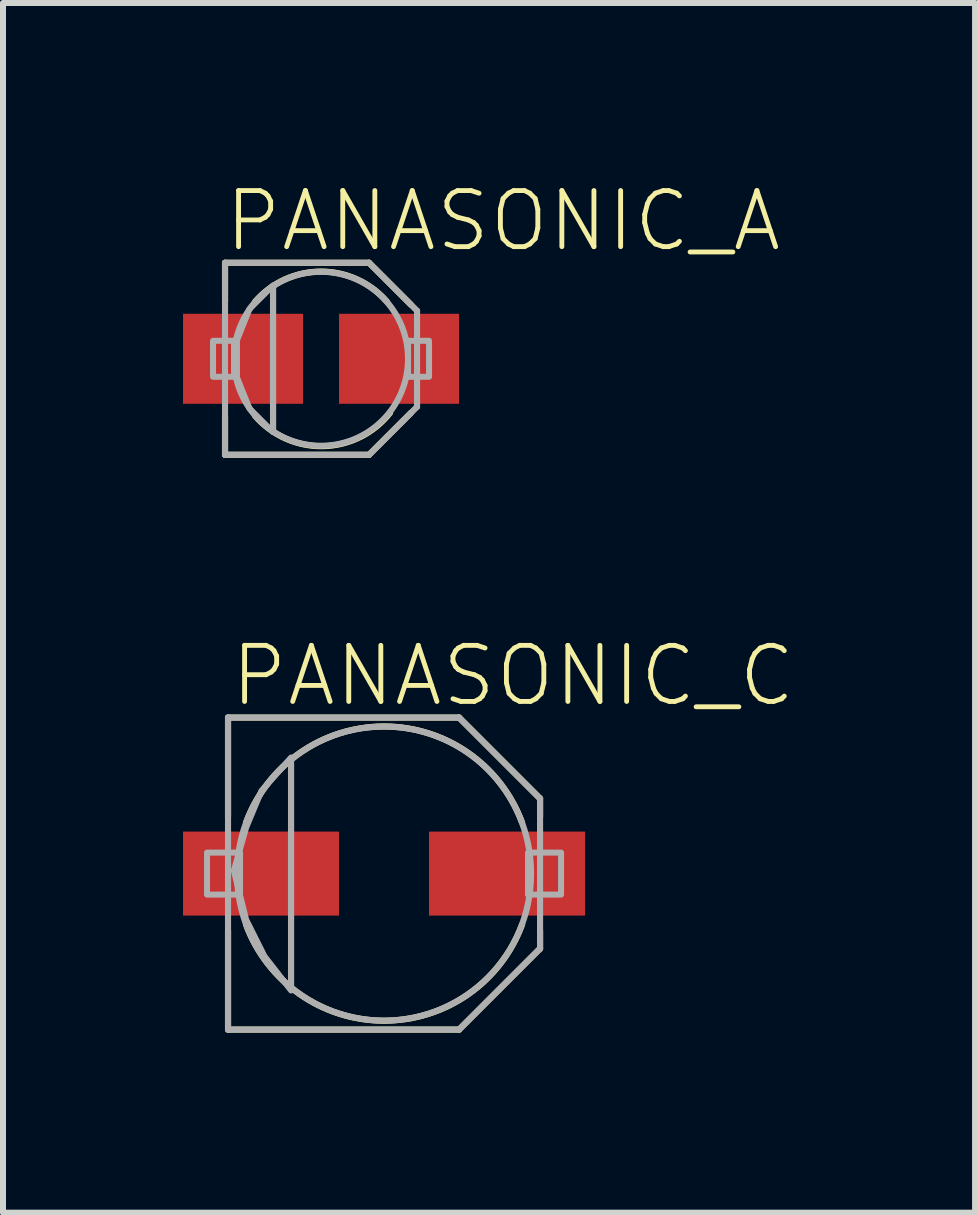
<source format=kicad_pcb>
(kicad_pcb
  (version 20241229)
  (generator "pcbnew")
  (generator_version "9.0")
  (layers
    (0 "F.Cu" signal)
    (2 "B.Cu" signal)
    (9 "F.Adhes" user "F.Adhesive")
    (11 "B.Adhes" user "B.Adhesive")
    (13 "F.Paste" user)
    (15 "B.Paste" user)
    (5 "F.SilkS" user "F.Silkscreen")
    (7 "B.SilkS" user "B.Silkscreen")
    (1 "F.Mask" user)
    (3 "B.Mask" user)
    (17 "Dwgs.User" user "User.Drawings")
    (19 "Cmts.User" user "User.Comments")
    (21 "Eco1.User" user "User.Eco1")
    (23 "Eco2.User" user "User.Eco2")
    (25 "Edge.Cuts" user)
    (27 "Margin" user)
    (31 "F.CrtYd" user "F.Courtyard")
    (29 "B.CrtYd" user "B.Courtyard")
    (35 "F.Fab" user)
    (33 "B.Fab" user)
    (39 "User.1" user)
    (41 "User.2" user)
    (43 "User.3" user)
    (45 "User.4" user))
  (footprint "PANASONIC_A"
    (layer "F.Cu")
    (at 2.3 2.929)
    (property "Reference" "PANASONIC_A" (at -1.65 -1.75 0) (layer "F.SilkS") (effects (font (size 0.935 0.935) (thickness 0.081)) (justify left bottom)))
    (fp_line (start -1.6 -1.6) (end 0.8 -1.6) (stroke (width 0.102) (type solid)) (layer "F.SilkS"))
    (fp_line (start -1.6 -0.95) (end -1.6 -1.6) (stroke (width 0.102) (type solid)) (layer "F.SilkS"))
    (fp_line (start -1.6 1.6) (end -1.6 0.95) (stroke (width 0.102) (type solid)) (layer "F.SilkS"))
    (fp_line (start 0.8 -1.6) (end 1.5 -0.9) (stroke (width 0.102) (type solid)) (layer "F.SilkS"))
    (fp_line (start 0.8 1.6) (end -1.6 1.6) (stroke (width 0.102) (type solid)) (layer "F.SilkS"))
    (fp_line (start 1.5 0.9) (end 0.8 1.6) (stroke (width 0.102) (type solid)) (layer "F.SilkS"))
    (fp_arc (start -1.1 -0.95) (mid 0 -1.453444) (end 1.1 -0.95) (stroke (width 0.1016) (type solid)) (layer "F.SilkS"))
    (fp_arc (start 1.149999 0.9) (mid 0.03681 1.456451) (end -1.1 0.95) (stroke (width 0.1016) (type solid)) (layer "F.SilkS"))
    (fp_line (start -1.6 -1.6) (end 0.8 -1.6) (stroke (width 0.102) (type solid)) (layer "F.Fab"))
    (fp_line (start -1.6 1.6) (end -1.6 -1.6) (stroke (width 0.102) (type solid)) (layer "F.Fab"))
    (fp_line (start -0.8 -1.2) (end -0.8 1.2) (stroke (width 0.102) (type solid)) (layer "F.Fab"))
    (fp_line (start 0.8 -1.6) (end 1.6 -0.8) (stroke (width 0.102) (type solid)) (layer "F.Fab"))
    (fp_line (start 0.8 1.6) (end -1.6 1.6) (stroke (width 0.102) (type solid)) (layer "F.Fab"))
    (fp_line (start 1.6 -0.8) (end 1.6 0.8) (stroke (width 0.102) (type solid)) (layer "F.Fab"))
    (fp_line (start 1.6 0.8) (end 0.8 1.6) (stroke (width 0.102) (type solid)) (layer "F.Fab"))
    (fp_circle (center 0 0) (end 1.45 0) (stroke (width 0.102) (type solid)) (fill no) (layer "F.Fab"))
    (fp_poly (pts (xy -1.8 0.3) (xy -1.45 0.3) (xy -1.45 -0.3) (xy -1.8 -0.3)) (stroke (width 0.1) (type solid)) (fill no) (layer "F.Fab"))
    (fp_poly (pts (xy 1.45 0.3) (xy 1.8 0.3) (xy 1.8 -0.3) (xy 1.45 -0.3)) (stroke (width 0.1) (type solid)) (fill no) (layer "F.Fab"))
    (fp_poly (pts (xy -0.799 1.223) (xy -1.193 0.829) (xy -1.401 0.31) (xy -1.401 -0.31) (xy -1.193 -0.829) (xy -0.799 -1.223)) (stroke (width 0.1) (type solid)) (fill no) (layer "F.Fab"))
    (pad "+" smd rect (at 1.3 0) (size 2 1.5) (layers "F.Cu" "F.Mask" "F.Paste"))
    (pad "-" smd rect (at -1.3 0) (size 2 1.5) (layers "F.Cu" "F.Mask" "F.Paste")))
  (footprint "PANASONIC_C"
    (layer "F.Cu")
    (at 3.35 11.508)
    (property "Reference" "PANASONIC_C" (at -2.6 -2.75 0) (layer "F.SilkS") (effects (font (size 0.935 0.935) (thickness 0.081)) (justify left bottom)))
    (fp_line (start -2.6 -2.6) (end 1.25 -2.6) (stroke (width 0.102) (type solid)) (layer "F.SilkS"))
    (fp_line (start -2.6 -0.95) (end -2.6 -2.6) (stroke (width 0.102) (type solid)) (layer "F.SilkS"))
    (fp_line (start -2.6 2.6) (end -2.6 0.95) (stroke (width 0.102) (type solid)) (layer "F.SilkS"))
    (fp_line (start 1.25 -2.6) (end 2.6 -1.25) (stroke (width 0.102) (type solid)) (layer "F.SilkS"))
    (fp_line (start 1.25 2.6) (end -2.6 2.6) (stroke (width 0.102) (type solid)) (layer "F.SilkS"))
    (fp_line (start 2.6 -1.25) (end 2.6 -0.95) (stroke (width 0.102) (type solid)) (layer "F.SilkS"))
    (fp_line (start 2.6 0.95) (end 2.6 1.25) (stroke (width 0.102) (type solid)) (layer "F.SilkS"))
    (fp_line (start 2.6 1.25) (end 1.25 2.6) (stroke (width 0.102) (type solid)) (layer "F.SilkS"))
    (fp_arc (start -2.3 -0.85) (mid 0 -2.45204) (end 2.3 -0.85) (stroke (width 0.1016) (type solid)) (layer "F.SilkS"))
    (fp_arc (start 2.3 0.85) (mid 0 2.45204) (end -2.3 0.85) (stroke (width 0.1016) (type solid)) (layer "F.SilkS"))
    (fp_line (start -2.6 -2.6) (end 1.25 -2.6) (stroke (width 0.102) (type solid)) (layer "F.Fab"))
    (fp_line (start -2.6 2.6) (end -2.6 -2.6) (stroke (width 0.102) (type solid)) (layer "F.Fab"))
    (fp_line (start -1.55 -1.85) (end -1.55 1.85) (stroke (width 0.102) (type solid)) (layer "F.Fab"))
    (fp_line (start 1.25 -2.6) (end 2.6 -1.25) (stroke (width 0.102) (type solid)) (layer "F.Fab"))
    (fp_line (start 1.25 2.6) (end -2.6 2.6) (stroke (width 0.102) (type solid)) (layer "F.Fab"))
    (fp_line (start 2.6 -1.25) (end 2.6 1.25) (stroke (width 0.102) (type solid)) (layer "F.Fab"))
    (fp_line (start 2.6 1.25) (end 1.25 2.6) (stroke (width 0.102) (type solid)) (layer "F.Fab"))
    (fp_circle (center 0 0) (end 2.45 0) (stroke (width 0.102) (type solid)) (fill no) (layer "F.Fab"))
    (fp_poly (pts (xy -2.95 0.35) (xy -2.4 0.35) (xy -2.4 -0.35) (xy -2.95 -0.35)) (stroke (width 0.1) (type solid)) (fill no) (layer "F.Fab"))
    (fp_poly (pts (xy 2.4 0.35) (xy 2.95 0.35) (xy 2.95 -0.35) (xy 2.4 -0.35)) (stroke (width 0.1) (type solid)) (fill no) (layer "F.Fab"))
    (fp_poly (pts (xy -1.549 1.948) (xy -1.993 1.377) (xy -2.298 0.768) (xy -2.503 -0.051) (xy -2.298 -0.767) (xy -2.044 -1.377) (xy -1.549 -1.934)) (stroke (width 0.1) (type solid)) (fill no) (layer "F.Fab"))
    (pad "+" smd rect (at 2.05 0) (size 2.6 1.4) (layers "F.Cu" "F.Mask" "F.Paste"))
    (pad "-" smd rect (at -2.05 0) (size 2.6 1.4) (layers "F.Cu" "F.Mask" "F.Paste")))
  (gr_rect
    (start -3 -3)
    (end 13.199 17.159)
    (stroke (width 0.1) (type default))
    (fill no)
    (layer "Edge.Cuts")))
</source>
